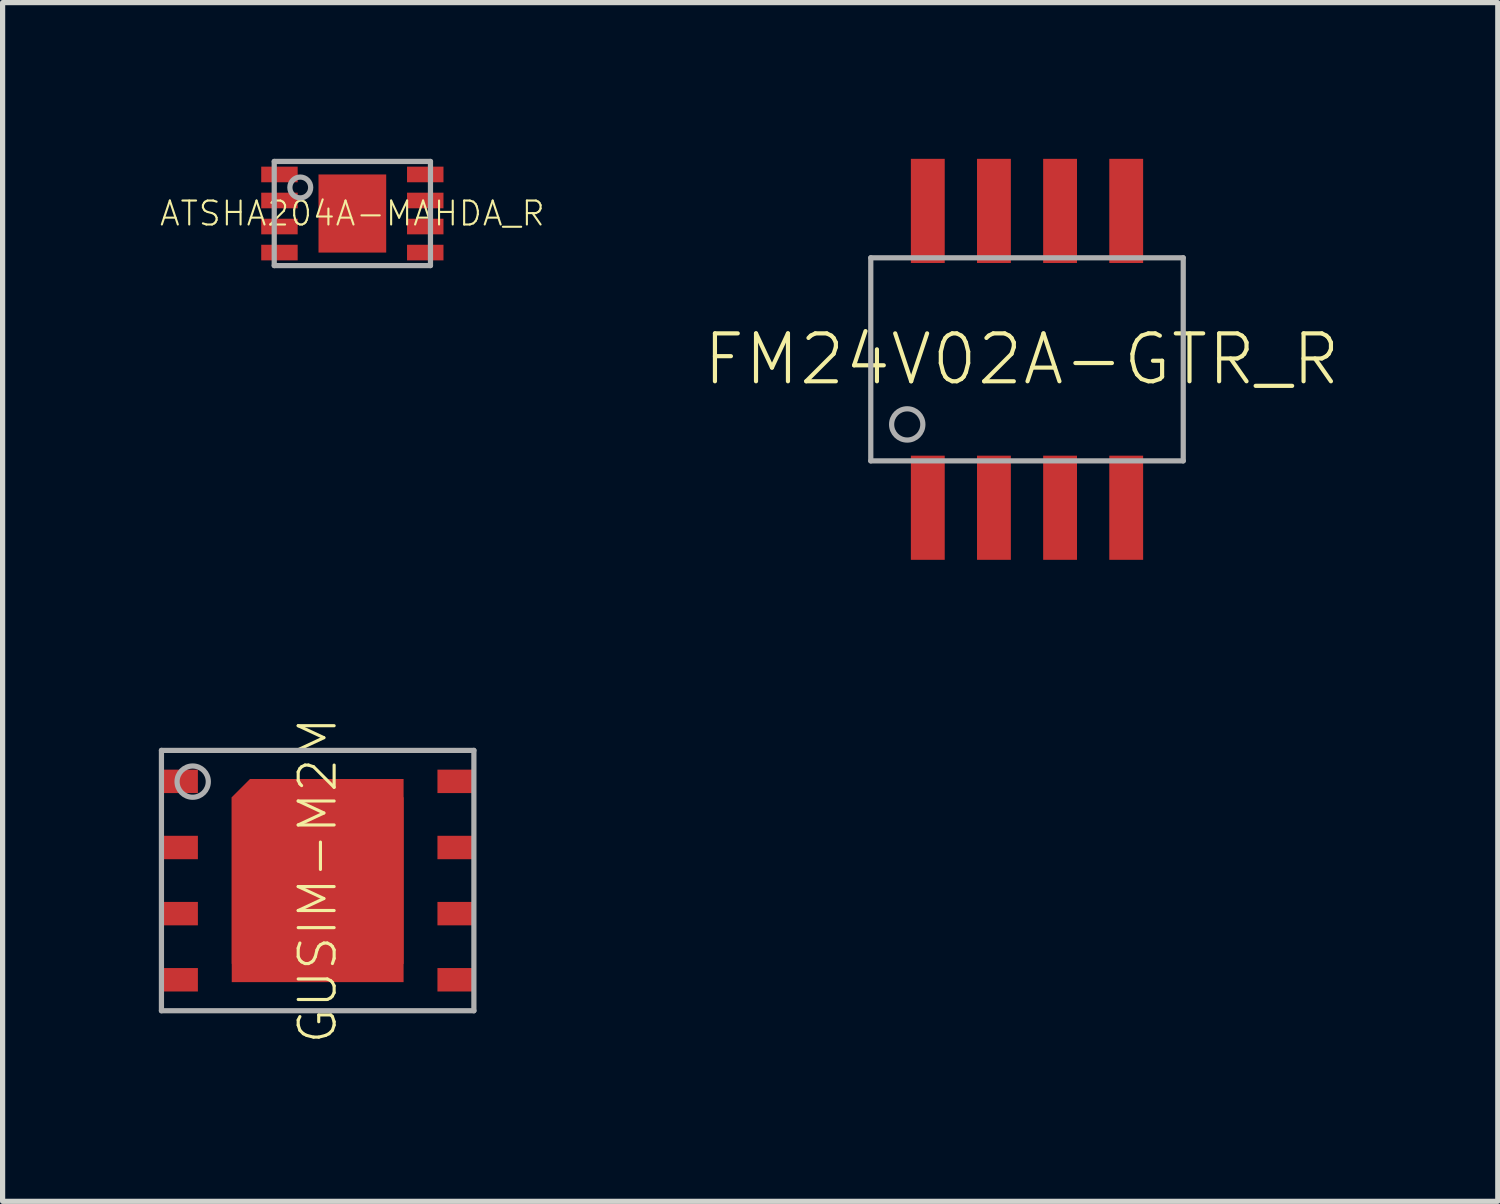
<source format=kicad_pcb>
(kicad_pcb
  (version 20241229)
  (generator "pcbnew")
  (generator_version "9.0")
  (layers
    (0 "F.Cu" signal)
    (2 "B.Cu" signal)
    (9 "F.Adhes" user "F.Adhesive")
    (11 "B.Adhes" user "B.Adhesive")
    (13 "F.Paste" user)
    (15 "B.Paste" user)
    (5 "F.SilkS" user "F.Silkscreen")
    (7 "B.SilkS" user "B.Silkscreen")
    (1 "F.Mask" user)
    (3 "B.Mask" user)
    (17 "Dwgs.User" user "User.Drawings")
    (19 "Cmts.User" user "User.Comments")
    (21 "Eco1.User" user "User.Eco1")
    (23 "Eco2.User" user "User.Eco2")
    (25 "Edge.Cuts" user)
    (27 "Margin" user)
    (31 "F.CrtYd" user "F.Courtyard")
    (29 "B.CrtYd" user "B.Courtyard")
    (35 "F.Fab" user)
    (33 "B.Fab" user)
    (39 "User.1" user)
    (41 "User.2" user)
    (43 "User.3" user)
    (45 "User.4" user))
  (footprint "FM24V02A-GTR_R"
    (layer "F.Cu")
    (at 16.671 3.85)
    (property "Reference" "FM24V02A-GTR_R" (at -0.1 0 0) (unlocked yes) (layer "F.SilkS") (effects (font (size 0.92 0.92) (thickness 0.08))))
    (fp_line (start -3 -1.95) (end -3 1.95) (stroke (width 0.1) (type solid)) (layer "F.Fab"))
    (fp_line (start -3 1.95) (end 3 1.95) (stroke (width 0.1) (type solid)) (layer "F.Fab"))
    (fp_line (start 3 -1.95) (end -3 -1.95) (stroke (width 0.1) (type solid)) (layer "F.Fab"))
    (fp_line (start 3 1.95) (end 3 -1.95) (stroke (width 0.1) (type solid)) (layer "F.Fab"))
    (fp_circle (center -2.3 1.25) (end -2 1.25) (stroke (width 0.1) (type solid)) (fill no) (layer "F.Fab"))
    (pad "1" smd rect (at -1.905 2.85) (size 0.65 2) (layers "F.Cu" "F.Mask" "F.Paste"))
    (pad "2" smd rect (at -0.635 2.85) (size 0.65 2) (layers "F.Cu" "F.Mask" "F.Paste"))
    (pad "3" smd rect (at 0.635 2.85) (size 0.65 2) (layers "F.Cu" "F.Mask" "F.Paste"))
    (pad "4" smd rect (at 1.905 2.85) (size 0.65 2) (layers "F.Cu" "F.Mask" "F.Paste"))
    (pad "5" smd rect (at 1.905 -2.85) (size 0.65 2) (layers "F.Cu" "F.Mask" "F.Paste"))
    (pad "6" smd rect (at 0.635 -2.85) (size 0.65 2) (layers "F.Cu" "F.Mask" "F.Paste"))
    (pad "7" smd rect (at -0.635 -2.85) (size 0.65 2) (layers "F.Cu" "F.Mask" "F.Paste"))
    (pad "8" smd rect (at -1.905 -2.85) (size 0.65 2) (layers "F.Cu" "F.Mask" "F.Paste")))
  (footprint "GUSIM-M2M"
    (layer "F.Cu")
    (at 3.05 13.859)
    (property "Reference" "GUSIM-M2M" (at 0 0 90) (unlocked yes) (layer "F.SilkS") (effects (font (size 0.69 0.69) (thickness 0.06))))
    (fp_poly (pts (xy 1.65 1.95) (xy -1.65 1.95) (xy -1.65 -1.6) (xy -1.3 -1.95) (xy 1.65 -1.95)) (stroke (width 0) (type default)) (fill yes) (layer "F.Cu"))
    (fp_poly (pts (xy 1.7 2) (xy -1.7 2) (xy -1.7 -1.621) (xy -1.321 -2) (xy 1.7 -2)) (stroke (width 0) (type default)) (fill yes) (layer "F.Mask"))
    (fp_poly (pts (xy -2.3 -1.68) (xy -3 -1.68) (xy -3 -2.13) (xy -2.3 -2.13)) (stroke (width 0) (type default)) (fill yes) (layer "F.Paste"))
    (fp_poly (pts (xy -2.3 -0.41) (xy -3 -0.41) (xy -3 -0.86) (xy -2.3 -0.86)) (stroke (width 0) (type default)) (fill yes) (layer "F.Paste"))
    (fp_poly (pts (xy -2.3 0.86) (xy -3 0.86) (xy -3 0.41) (xy -2.3 0.41)) (stroke (width 0) (type default)) (fill yes) (layer "F.Paste"))
    (fp_poly (pts (xy -2.3 2.13) (xy -3 2.13) (xy -3 1.68) (xy -2.3 1.68)) (stroke (width 0) (type default)) (fill yes) (layer "F.Paste"))
    (fp_poly (pts (xy -0.2 -0.2) (xy -1.4 -0.2) (xy -1.4 -1.7) (xy -0.2 -1.7)) (stroke (width 0) (type default)) (fill yes) (layer "F.Paste"))
    (fp_poly (pts (xy -0.2 1.7) (xy -1.4 1.7) (xy -1.4 0.2) (xy -0.2 0.2)) (stroke (width 0) (type default)) (fill yes) (layer "F.Paste"))
    (fp_poly (pts (xy 1.4 -0.2) (xy 0.2 -0.2) (xy 0.2 -1.7) (xy 1.4 -1.7)) (stroke (width 0) (type default)) (fill yes) (layer "F.Paste"))
    (fp_poly (pts (xy 1.4 1.7) (xy 0.2 1.7) (xy 0.2 0.2) (xy 1.4 0.2)) (stroke (width 0) (type default)) (fill yes) (layer "F.Paste"))
    (fp_poly (pts (xy 3 -1.68) (xy 2.3 -1.68) (xy 2.3 -2.13) (xy 3 -2.13)) (stroke (width 0) (type default)) (fill yes) (layer "F.Paste"))
    (fp_poly (pts (xy 3 -0.41) (xy 2.3 -0.41) (xy 2.3 -0.86) (xy 3 -0.86)) (stroke (width 0) (type default)) (fill yes) (layer "F.Paste"))
    (fp_poly (pts (xy 3 0.86) (xy 2.3 0.86) (xy 2.3 0.41) (xy 3 0.41)) (stroke (width 0) (type default)) (fill yes) (layer "F.Paste"))
    (fp_poly (pts (xy 3 2.13) (xy 2.3 2.13) (xy 2.3 1.68) (xy 3 1.68)) (stroke (width 0) (type default)) (fill yes) (layer "F.Paste"))
    (fp_line (start -3 -2.5) (end -3 2.5) (stroke (width 0.1) (type solid)) (layer "F.Fab"))
    (fp_line (start -3 2.5) (end 3 2.5) (stroke (width 0.1) (type solid)) (layer "F.Fab"))
    (fp_line (start 3 -2.5) (end -3 -2.5) (stroke (width 0.1) (type solid)) (layer "F.Fab"))
    (fp_line (start 3 2.5) (end 3 -2.5) (stroke (width 0.1) (type solid)) (layer "F.Fab"))
    (fp_circle (center -2.4 -1.9) (end -2.1 -1.9) (stroke (width 0.1) (type solid)) (fill no) (layer "F.Fab"))
    (pad "0" smd rect (at 0 0 90) (size 3.2 3.3) (layers "F.Cu"))
    (pad "1" smd rect (at -2.65 -1.905 90) (size 0.45 0.7) (layers "F.Cu" "F.Mask"))
    (pad "2" smd rect (at -2.65 -0.635 90) (size 0.45 0.7) (layers "F.Cu" "F.Mask"))
    (pad "3" smd rect (at -2.65 0.635 90) (size 0.45 0.7) (layers "F.Cu" "F.Mask"))
    (pad "4" smd rect (at -2.65 1.905 90) (size 0.45 0.7) (layers "F.Cu" "F.Mask"))
    (pad "5" smd rect (at 2.65 1.905 90) (size 0.45 0.7) (layers "F.Cu" "F.Mask"))
    (pad "6" smd rect (at 2.65 0.635 90) (size 0.45 0.7) (layers "F.Cu" "F.Mask"))
    (pad "7" smd rect (at 2.65 -0.635 90) (size 0.45 0.7) (layers "F.Cu" "F.Mask"))
    (pad "8" smd rect (at 2.65 -1.905 90) (size 0.45 0.7) (layers "F.Cu" "F.Mask")))
  (footprint "ATSHA204A-MAHDA_R"
    (layer "F.Cu")
    (at 3.716 1.05)
    (property "Reference" "ATSHA204A-MAHDA_R" (at 0 0 0) (unlocked yes) (layer "F.SilkS") (effects (font (size 0.46 0.46) (thickness 0.04))))
    (fp_poly (pts (xy -1.05 -0.6) (xy -1.75 -0.6) (xy -1.75 -0.9) (xy -1.05 -0.9)) (stroke (width 0) (type default)) (fill yes) (layer "F.Paste"))
    (fp_poly (pts (xy -1.05 -0.1) (xy -1.75 -0.1) (xy -1.75 -0.4) (xy -1.05 -0.4)) (stroke (width 0) (type default)) (fill yes) (layer "F.Paste"))
    (fp_poly (pts (xy -1.05 0.4) (xy -1.75 0.4) (xy -1.75 0.1) (xy -1.05 0.1)) (stroke (width 0) (type default)) (fill yes) (layer "F.Paste"))
    (fp_poly (pts (xy -1.05 0.9) (xy -1.75 0.9) (xy -1.75 0.6) (xy -1.05 0.6)) (stroke (width 0) (type default)) (fill yes) (layer "F.Paste"))
    (fp_poly (pts (xy 0.65 0.75) (xy -0.65 0.75) (xy -0.65 -0.75) (xy 0.65 -0.75)) (stroke (width 0) (type default)) (fill yes) (layer "F.Paste"))
    (fp_poly (pts (xy 1.75 -0.6) (xy 1.05 -0.6) (xy 1.05 -0.9) (xy 1.75 -0.9)) (stroke (width 0) (type default)) (fill yes) (layer "F.Paste"))
    (fp_poly (pts (xy 1.75 -0.1) (xy 1.05 -0.1) (xy 1.05 -0.4) (xy 1.75 -0.4)) (stroke (width 0) (type default)) (fill yes) (layer "F.Paste"))
    (fp_poly (pts (xy 1.75 0.4) (xy 1.05 0.4) (xy 1.05 0.1) (xy 1.75 0.1)) (stroke (width 0) (type default)) (fill yes) (layer "F.Paste"))
    (fp_poly (pts (xy 1.75 0.9) (xy 1.05 0.9) (xy 1.05 0.6) (xy 1.75 0.6)) (stroke (width 0) (type default)) (fill yes) (layer "F.Paste"))
    (fp_line (start -1.5 -1) (end 1.5 -1) (stroke (width 0.1) (type solid)) (layer "F.Fab"))
    (fp_line (start -1.5 1) (end -1.5 -1) (stroke (width 0.1) (type solid)) (layer "F.Fab"))
    (fp_line (start 1.5 -1) (end 1.5 1) (stroke (width 0.1) (type solid)) (layer "F.Fab"))
    (fp_line (start 1.5 1) (end -1.5 1) (stroke (width 0.1) (type solid)) (layer "F.Fab"))
    (fp_circle (center -1 -0.5) (end -0.8 -0.5) (stroke (width 0.1) (type solid)) (fill no) (layer "F.Fab"))
    (pad "0" smd rect (at 0 0) (size 1.3 1.5) (layers "F.Cu" "F.Mask"))
    (pad "1" smd rect (at -1.4 -0.75) (size 0.7 0.3) (layers "F.Cu" "F.Mask"))
    (pad "2" smd rect (at -1.4 -0.25) (size 0.7 0.3) (layers "F.Cu" "F.Mask"))
    (pad "3" smd rect (at -1.4 0.25) (size 0.7 0.3) (layers "F.Cu" "F.Mask"))
    (pad "4" smd rect (at -1.4 0.75) (size 0.7 0.3) (layers "F.Cu" "F.Mask"))
    (pad "5" smd rect (at 1.4 0.75) (size 0.7 0.3) (layers "F.Cu" "F.Mask"))
    (pad "6" smd rect (at 1.4 0.25) (size 0.7 0.3) (layers "F.Cu" "F.Mask"))
    (pad "7" smd rect (at 1.4 -0.25) (size 0.7 0.3) (layers "F.Cu" "F.Mask"))
    (pad "8" smd rect (at 1.4 -0.75) (size 0.7 0.3) (layers "F.Cu" "F.Mask")))
  (gr_rect
    (start -3 -3)
    (end 25.711 20.018)
    (stroke (width 0.1) (type default))
    (fill no)
    (layer "Edge.Cuts")))
</source>
